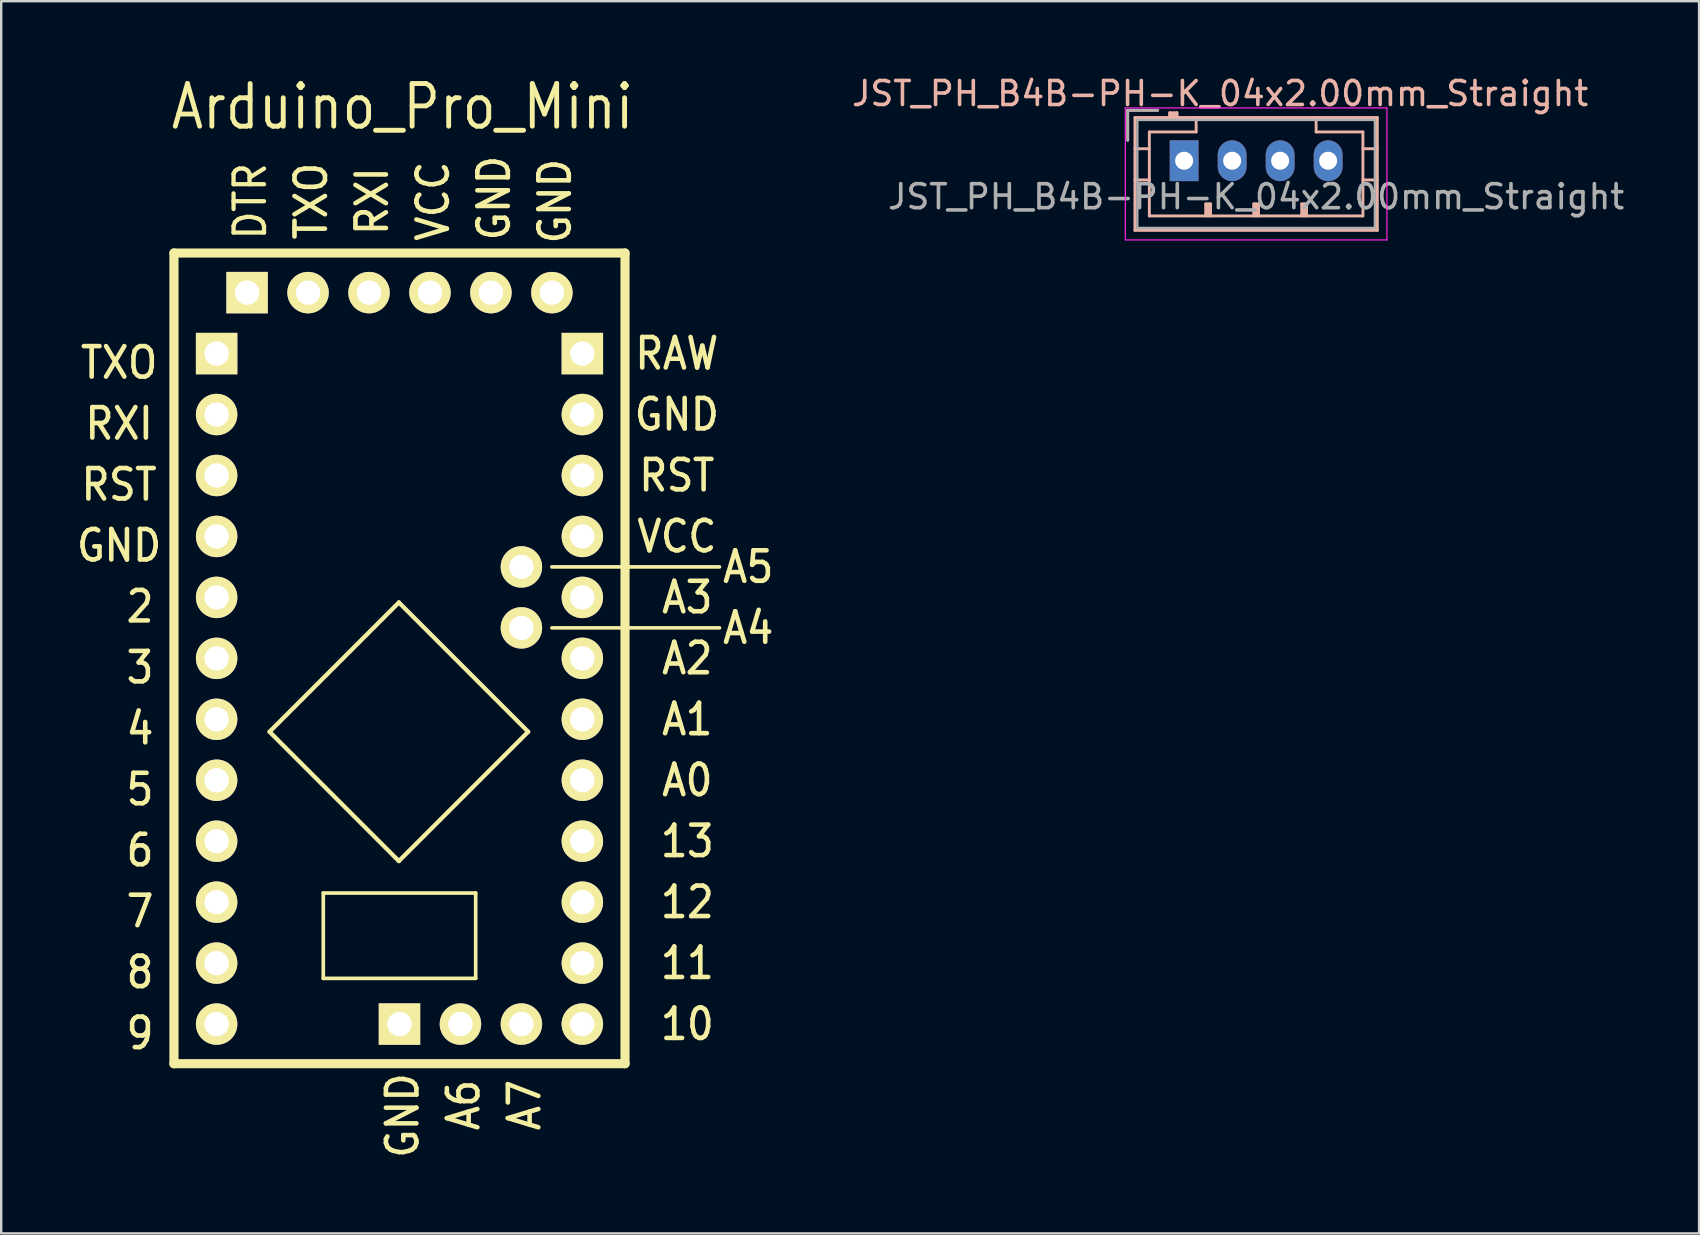
<source format=kicad_pcb>
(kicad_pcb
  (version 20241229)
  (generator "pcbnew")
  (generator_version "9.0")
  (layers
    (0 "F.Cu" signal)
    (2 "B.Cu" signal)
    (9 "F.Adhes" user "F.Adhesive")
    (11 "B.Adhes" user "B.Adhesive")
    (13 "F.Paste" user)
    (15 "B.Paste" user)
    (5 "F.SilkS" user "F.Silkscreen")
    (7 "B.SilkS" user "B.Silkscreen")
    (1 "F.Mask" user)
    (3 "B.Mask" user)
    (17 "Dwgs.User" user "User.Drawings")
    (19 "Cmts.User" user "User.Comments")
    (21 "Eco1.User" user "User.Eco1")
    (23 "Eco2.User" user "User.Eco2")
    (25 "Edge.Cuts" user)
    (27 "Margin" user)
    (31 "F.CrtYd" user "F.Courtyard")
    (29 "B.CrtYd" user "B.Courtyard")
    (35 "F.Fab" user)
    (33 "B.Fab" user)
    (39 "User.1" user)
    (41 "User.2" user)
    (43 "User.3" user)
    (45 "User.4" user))
  (footprint "Arduino_Pro_Mini"
    (layer "F.Cu")
    (at 13.597 24.384)
    (property "Reference" "Arduino_Pro_Mini" (at 0.127 -22.987 0) (layer "F.SilkS") (effects (font (size 1.778 1.524) (thickness 0.203))))
    (attr through_hole)
    (fp_line (start -9.398 -16.891) (end 9.398 -16.891) (stroke (width 0.381) (type solid)) (layer "F.SilkS"))
    (fp_line (start -9.398 16.891) (end -9.398 -16.891) (stroke (width 0.381) (type solid)) (layer "F.SilkS"))
    (fp_line (start -5.414 3.059) (end -0.026 -2.329) (stroke (width 0.178) (type solid)) (layer "F.SilkS"))
    (fp_line (start -5.414 3.059) (end -0.026 8.447) (stroke (width 0.178) (type solid)) (layer "F.SilkS"))
    (fp_line (start -3.175 9.779) (end -3.175 13.335) (stroke (width 0.152) (type solid)) (layer "F.SilkS"))
    (fp_line (start -3.175 13.335) (end 3.175 13.335) (stroke (width 0.152) (type solid)) (layer "F.SilkS"))
    (fp_line (start -0.026 -2.329) (end 5.362 3.059) (stroke (width 0.178) (type solid)) (layer "F.SilkS"))
    (fp_line (start -0.026 8.447) (end 5.362 3.059) (stroke (width 0.178) (type solid)) (layer "F.SilkS"))
    (fp_line (start 3.175 9.779) (end -3.175 9.779) (stroke (width 0.152) (type solid)) (layer "F.SilkS"))
    (fp_line (start 3.175 9.779) (end 3.175 13.335) (stroke (width 0.152) (type solid)) (layer "F.SilkS"))
    (fp_line (start 6.35 -3.81) (end 13.335 -3.81) (stroke (width 0.152) (type solid)) (layer "F.SilkS"))
    (fp_line (start 6.35 -1.27) (end 13.335 -1.27) (stroke (width 0.152) (type solid)) (layer "F.SilkS"))
    (fp_line (start 9.398 -16.891) (end 9.398 16.891) (stroke (width 0.381) (type solid)) (layer "F.SilkS"))
    (fp_line (start 9.398 16.891) (end -9.398 16.891) (stroke (width 0.381) (type solid)) (layer "F.SilkS"))
    (fp_text user "DTR" (at -6.223 -19.05 90) (layer "F.SilkS") (effects (font (size 1.27 1.143) (thickness 0.178))))
    (fp_text user " A4" (at 14.097 -1.27 0) (layer "F.SilkS") (effects (font (size 1.27 1.143) (thickness 0.191))))
    (fp_text user "  4" (at -11.684 2.921 0) (layer "F.SilkS") (effects (font (size 1.27 1.143) (thickness 0.191))))
    (fp_text user "GND" (at 3.937 -19.177 90) (layer "F.SilkS") (effects (font (size 1.27 1.143) (thickness 0.191))))
    (fp_text user " A3" (at 11.557 -2.54 0) (layer "F.SilkS") (effects (font (size 1.27 1.143) (thickness 0.191))))
    (fp_text user " 10" (at 11.557 15.24 0) (layer "F.SilkS") (effects (font (size 1.27 1.143) (thickness 0.191))))
    (fp_text user "RXI" (at -1.143 -19.05 90) (layer "F.SilkS") (effects (font (size 1.27 1.143) (thickness 0.191))))
    (fp_text user "  9" (at -11.684 15.621 0) (layer "F.SilkS") (effects (font (size 1.27 1.143) (thickness 0.191))))
    (fp_text user "  2" (at -11.684 -2.159 0) (layer "F.SilkS") (effects (font (size 1.27 1.143) (thickness 0.191))))
    (fp_text user " 12" (at 11.557 10.16 0) (layer "F.SilkS") (effects (font (size 1.27 1.143) (thickness 0.191))))
    (fp_text user "  8" (at -11.684 13.081 0) (layer "F.SilkS") (effects (font (size 1.27 1.143) (thickness 0.191))))
    (fp_text user " A2" (at 11.557 0 0) (layer "F.SilkS") (effects (font (size 1.27 1.143) (thickness 0.191))))
    (fp_text user " A0" (at 11.557 5.08 0) (layer "F.SilkS") (effects (font (size 1.27 1.143) (thickness 0.191))))
    (fp_text user " A1" (at 11.557 2.54 0) (layer "F.SilkS") (effects (font (size 1.27 1.143) (thickness 0.191))))
    (fp_text user " A5" (at 14.097 -3.81 0) (layer "F.SilkS") (effects (font (size 1.27 1.143) (thickness 0.191))))
    (fp_text user "RST" (at -11.684 -7.239 0) (layer "F.SilkS") (effects (font (size 1.27 1.143) (thickness 0.191))))
    (fp_text user " A6" (at 2.667 19.05 90) (layer "F.SilkS") (effects (font (size 1.27 1.143) (thickness 0.191))))
    (fp_text user "  6" (at -11.684 8.001 0) (layer "F.SilkS") (effects (font (size 1.27 1.143) (thickness 0.191))))
    (fp_text user "GND" (at 11.557 -10.16 0) (layer "F.SilkS") (effects (font (size 1.27 1.143) (thickness 0.191))))
    (fp_text user "TXO" (at -11.684 -12.319 0) (layer "F.SilkS") (effects (font (size 1.27 1.143) (thickness 0.191))))
    (fp_text user "VCC" (at 11.557 -5.08 0) (layer "F.SilkS") (effects (font (size 1.27 1.143) (thickness 0.191))))
    (fp_text user "RAW" (at 11.557 -12.7 0) (layer "F.SilkS") (effects (font (size 1.27 1.143) (thickness 0.191))))
    (fp_text user "  3" (at -11.684 0.381 0) (layer "F.SilkS") (effects (font (size 1.27 1.143) (thickness 0.191))))
    (fp_text user "RST" (at 11.557 -7.62 0) (layer "F.SilkS") (effects (font (size 1.27 1.143) (thickness 0.191))))
    (fp_text user "RXI" (at -11.684 -9.779 0) (layer "F.SilkS") (effects (font (size 1.27 1.143) (thickness 0.191))))
    (fp_text user "  7" (at -11.684 10.541 0) (layer "F.SilkS") (effects (font (size 1.27 1.143) (thickness 0.191))))
    (fp_text user "VCC" (at 1.397 -19.05 90) (layer "F.SilkS") (effects (font (size 1.27 1.143) (thickness 0.191))))
    (fp_text user " A7" (at 5.207 19.05 90) (layer "F.SilkS") (effects (font (size 1.27 1.143) (thickness 0.191))))
    (fp_text user "GND" (at 0.127 19.05 90) (layer "F.SilkS") (effects (font (size 1.27 1.143) (thickness 0.191))))
    (fp_text user "  5" (at -11.684 5.461 0) (layer "F.SilkS") (effects (font (size 1.27 1.143) (thickness 0.191))))
    (fp_text user "GND" (at 6.477 -19.05 90) (layer "F.SilkS") (effects (font (size 1.27 1.143) (thickness 0.191))))
    (fp_text user "TXO" (at -3.683 -19.05 90) (layer "F.SilkS") (effects (font (size 1.27 1.143) (thickness 0.191))))
    (fp_text user " 13" (at 11.557 7.62 0) (layer "F.SilkS") (effects (font (size 1.27 1.143) (thickness 0.191))))
    (fp_text user "GND" (at -11.684 -4.699 0) (layer "F.SilkS") (effects (font (size 1.27 1.143) (thickness 0.191))))
    (fp_text user " 11" (at 11.557 12.7 0) (layer "F.SilkS") (effects (font (size 1.27 1.143) (thickness 0.191))))
    (pad "1A" thru_hole rect (at 7.62 -12.7) (size 1.727 1.727) (drill 1.016) (layers "*.Cu" "*.Mask" "F.SilkS"))
    (pad "1B" thru_hole rect (at 0 15.24) (size 1.727 1.727) (drill 1.016) (layers "*.Cu" "*.Mask" "F.SilkS"))
    (pad "1C" thru_hole rect (at -6.35 -15.24) (size 1.727 1.727) (drill 1.016) (layers "*.Cu" "*.Mask" "F.SilkS"))
    (pad "1D" thru_hole rect (at -7.62 -12.7) (size 1.727 1.727) (drill 1.016) (layers "*.Cu" "*.Mask" "F.SilkS"))
    (pad "2A" thru_hole circle (at 7.62 -10.16) (size 1.727 1.727) (drill 1.016) (layers "*.Cu" "*.Mask" "F.SilkS"))
    (pad "2B" thru_hole circle (at 2.54 15.24) (size 1.727 1.727) (drill 1.016) (layers "*.Cu" "*.Mask" "F.SilkS"))
    (pad "2C" thru_hole circle (at -3.81 -15.24) (size 1.727 1.727) (drill 1.016) (layers "*.Cu" "*.Mask" "F.SilkS"))
    (pad "2D" thru_hole circle (at -7.62 -10.16) (size 1.727 1.727) (drill 1.016) (layers "*.Cu" "*.Mask" "F.SilkS"))
    (pad "3A" thru_hole circle (at 7.62 -7.62) (size 1.727 1.727) (drill 1.016) (layers "*.Cu" "*.Mask" "F.SilkS"))
    (pad "3B" thru_hole circle (at 5.08 15.24) (size 1.727 1.727) (drill 1.016) (layers "*.Cu" "*.Mask" "F.SilkS"))
    (pad "3C" thru_hole circle (at -1.27 -15.24) (size 1.727 1.727) (drill 1.016) (layers "*.Cu" "*.Mask" "F.SilkS"))
    (pad "3D" thru_hole circle (at -7.62 -7.62) (size 1.727 1.727) (drill 1.016) (layers "*.Cu" "*.Mask" "F.SilkS"))
    (pad "4A" thru_hole circle (at 7.62 -5.08) (size 1.727 1.727) (drill 1.016) (layers "*.Cu" "*.Mask" "F.SilkS"))
    (pad "4B" thru_hole circle (at 5.08 -1.27) (size 1.727 1.727) (drill 1.016) (layers "*.Cu" "*.Mask" "F.SilkS"))
    (pad "4C" thru_hole circle (at 1.27 -15.24) (size 1.727 1.727) (drill 1.016) (layers "*.Cu" "*.Mask" "F.SilkS"))
    (pad "4D" thru_hole circle (at -7.62 -5.08) (size 1.727 1.727) (drill 1.016) (layers "*.Cu" "*.Mask" "F.SilkS"))
    (pad "5A" thru_hole circle (at 7.62 -2.54) (size 1.727 1.727) (drill 1.016) (layers "*.Cu" "*.Mask" "F.SilkS"))
    (pad "5B" thru_hole circle (at 5.08 -3.81) (size 1.727 1.727) (drill 1.016) (layers "*.Cu" "*.Mask" "F.SilkS"))
    (pad "5C" thru_hole circle (at 3.81 -15.24) (size 1.727 1.727) (drill 1.016) (layers "*.Cu" "*.Mask" "F.SilkS"))
    (pad "5D" thru_hole circle (at -7.62 -2.54) (size 1.727 1.727) (drill 1.016) (layers "*.Cu" "*.Mask" "F.SilkS"))
    (pad "6A" thru_hole circle (at 7.62 0) (size 1.727 1.727) (drill 1.016) (layers "*.Cu" "*.Mask" "F.SilkS"))
    (pad "6C" thru_hole circle (at 6.35 -15.24) (size 1.727 1.727) (drill 1.016) (layers "*.Cu" "*.Mask" "F.SilkS"))
    (pad "6D" thru_hole circle (at -7.62 0) (size 1.727 1.727) (drill 1.016) (layers "*.Cu" "*.Mask" "F.SilkS"))
    (pad "7A" thru_hole circle (at 7.62 2.54) (size 1.727 1.727) (drill 1.016) (layers "*.Cu" "*.Mask" "F.SilkS"))
    (pad "7D" thru_hole circle (at -7.62 2.54) (size 1.727 1.727) (drill 1.016) (layers "*.Cu" "*.Mask" "F.SilkS"))
    (pad "8A" thru_hole circle (at 7.62 5.08) (size 1.727 1.727) (drill 1.016) (layers "*.Cu" "*.Mask" "F.SilkS"))
    (pad "8D" thru_hole circle (at -7.62 5.08) (size 1.727 1.727) (drill 1.016) (layers "*.Cu" "*.Mask" "F.SilkS"))
    (pad "9A" thru_hole circle (at 7.62 7.62) (size 1.727 1.727) (drill 1.016) (layers "*.Cu" "*.Mask" "F.SilkS"))
    (pad "9D" thru_hole circle (at -7.62 7.62) (size 1.727 1.727) (drill 1.016) (layers "*.Cu" "*.Mask" "F.SilkS"))
    (pad "10A" thru_hole circle (at 7.62 10.16) (size 1.727 1.727) (drill 1.016) (layers "*.Cu" "*.Mask" "F.SilkS"))
    (pad "10D" thru_hole circle (at -7.62 10.16) (size 1.727 1.727) (drill 1.016) (layers "*.Cu" "*.Mask" "F.SilkS"))
    (pad "11A" thru_hole circle (at 7.62 12.7) (size 1.727 1.727) (drill 1.016) (layers "*.Cu" "*.Mask" "F.SilkS"))
    (pad "11D" thru_hole circle (at -7.62 12.7) (size 1.727 1.727) (drill 1.016) (layers "*.Cu" "*.Mask" "F.SilkS"))
    (pad "12A" thru_hole circle (at 7.62 15.24) (size 1.727 1.727) (drill 1.016) (layers "*.Cu" "*.Mask" "F.SilkS"))
    (pad "12D" thru_hole circle (at -7.62 15.24) (size 1.727 1.727) (drill 1.016) (layers "*.Cu" "*.Mask" "F.SilkS")))
  (footprint "JST_PH_B4B-PH-K_04x2.00mm_Straight"
    (layer "F.Cu")
    (at 46.294 3.648)
    (property "Reference" "JST_PH_B4B-PH-K_04x2.00mm_Straight" (at 1.5 -2.8 0) (layer "B.SilkS") (effects (font (size 1 1) (thickness 0.15))))
    (attr through_hole)
    (fp_line (start -2.35 -2.1) (end -2.35 -0.85) (stroke (width 0.12) (type solid)) (layer "B.SilkS"))
    (fp_line (start -2.05 -1.8) (end -2.05 2.9) (stroke (width 0.12) (type solid)) (layer "B.SilkS"))
    (fp_line (start -2.05 -0.5) (end -1.45 -0.5) (stroke (width 0.12) (type solid)) (layer "B.SilkS"))
    (fp_line (start -2.05 0.8) (end -1.45 0.8) (stroke (width 0.12) (type solid)) (layer "B.SilkS"))
    (fp_line (start -2.05 2.9) (end 8.05 2.9) (stroke (width 0.12) (type solid)) (layer "B.SilkS"))
    (fp_line (start -1.45 -1.2) (end -1.45 2.3) (stroke (width 0.12) (type solid)) (layer "B.SilkS"))
    (fp_line (start -1.45 2.3) (end 7.45 2.3) (stroke (width 0.12) (type solid)) (layer "B.SilkS"))
    (fp_line (start -1.1 -2.1) (end -2.35 -2.1) (stroke (width 0.12) (type solid)) (layer "B.SilkS"))
    (fp_line (start -0.6 -2) (end -0.6 -1.8) (stroke (width 0.12) (type solid)) (layer "B.SilkS"))
    (fp_line (start -0.3 -2) (end -0.6 -2) (stroke (width 0.12) (type solid)) (layer "B.SilkS"))
    (fp_line (start -0.3 -1.9) (end -0.6 -1.9) (stroke (width 0.12) (type solid)) (layer "B.SilkS"))
    (fp_line (start -0.3 -1.8) (end -0.3 -2) (stroke (width 0.12) (type solid)) (layer "B.SilkS"))
    (fp_line (start 0.5 -1.8) (end 0.5 -1.2) (stroke (width 0.12) (type solid)) (layer "B.SilkS"))
    (fp_line (start 0.5 -1.2) (end -1.45 -1.2) (stroke (width 0.12) (type solid)) (layer "B.SilkS"))
    (fp_line (start 0.9 1.8) (end 1.1 1.8) (stroke (width 0.12) (type solid)) (layer "B.SilkS"))
    (fp_line (start 0.9 2.3) (end 0.9 1.8) (stroke (width 0.12) (type solid)) (layer "B.SilkS"))
    (fp_line (start 1 2.3) (end 1 1.8) (stroke (width 0.12) (type solid)) (layer "B.SilkS"))
    (fp_line (start 1.1 1.8) (end 1.1 2.3) (stroke (width 0.12) (type solid)) (layer "B.SilkS"))
    (fp_line (start 2.9 1.8) (end 3.1 1.8) (stroke (width 0.12) (type solid)) (layer "B.SilkS"))
    (fp_line (start 2.9 2.3) (end 2.9 1.8) (stroke (width 0.12) (type solid)) (layer "B.SilkS"))
    (fp_line (start 3 2.3) (end 3 1.8) (stroke (width 0.12) (type solid)) (layer "B.SilkS"))
    (fp_line (start 3.1 1.8) (end 3.1 2.3) (stroke (width 0.12) (type solid)) (layer "B.SilkS"))
    (fp_line (start 4.9 1.8) (end 5.1 1.8) (stroke (width 0.12) (type solid)) (layer "B.SilkS"))
    (fp_line (start 4.9 2.3) (end 4.9 1.8) (stroke (width 0.12) (type solid)) (layer "B.SilkS"))
    (fp_line (start 5 2.3) (end 5 1.8) (stroke (width 0.12) (type solid)) (layer "B.SilkS"))
    (fp_line (start 5.1 1.8) (end 5.1 2.3) (stroke (width 0.12) (type solid)) (layer "B.SilkS"))
    (fp_line (start 5.5 -1.2) (end 5.5 -1.8) (stroke (width 0.12) (type solid)) (layer "B.SilkS"))
    (fp_line (start 7.45 -1.2) (end 5.5 -1.2) (stroke (width 0.12) (type solid)) (layer "B.SilkS"))
    (fp_line (start 7.45 2.3) (end 7.45 -1.2) (stroke (width 0.12) (type solid)) (layer "B.SilkS"))
    (fp_line (start 8.05 -1.8) (end -2.05 -1.8) (stroke (width 0.12) (type solid)) (layer "B.SilkS"))
    (fp_line (start 8.05 -0.5) (end 7.45 -0.5) (stroke (width 0.12) (type solid)) (layer "B.SilkS"))
    (fp_line (start 8.05 0.8) (end 7.45 0.8) (stroke (width 0.12) (type solid)) (layer "B.SilkS"))
    (fp_line (start 8.05 2.9) (end 8.05 -1.8) (stroke (width 0.12) (type solid)) (layer "B.SilkS"))
    (fp_line (start -2.45 -2.2) (end -2.45 3.3) (stroke (width 0.05) (type solid)) (layer "F.CrtYd"))
    (fp_line (start -2.45 3.3) (end 8.45 3.3) (stroke (width 0.05) (type solid)) (layer "F.CrtYd"))
    (fp_line (start 8.45 -2.2) (end -2.45 -2.2) (stroke (width 0.05) (type solid)) (layer "F.CrtYd"))
    (fp_line (start 8.45 3.3) (end 8.45 -2.2) (stroke (width 0.05) (type solid)) (layer "F.CrtYd"))
    (fp_line (start -2.35 -2.1) (end -2.35 -0.85) (stroke (width 0.1) (type solid)) (layer "F.Fab"))
    (fp_line (start -1.95 -1.7) (end -1.95 2.8) (stroke (width 0.1) (type solid)) (layer "F.Fab"))
    (fp_line (start -1.95 2.8) (end 7.95 2.8) (stroke (width 0.1) (type solid)) (layer "F.Fab"))
    (fp_line (start -1.1 -2.1) (end -2.35 -2.1) (stroke (width 0.1) (type solid)) (layer "F.Fab"))
    (fp_line (start 7.95 -1.7) (end -1.95 -1.7) (stroke (width 0.1) (type solid)) (layer "F.Fab"))
    (fp_line (start 7.95 2.8) (end 7.95 -1.7) (stroke (width 0.1) (type solid)) (layer "F.Fab"))
    (fp_text user "${REFERENCE}" (at 3 1.5 0) (layer "F.Fab") (effects (font (size 1 1) (thickness 0.15))))
    (pad "1" thru_hole rect (at 0 0) (size 1.2 1.7) (drill 0.75) (layers "*.Cu" "*.Mask"))
    (pad "2" thru_hole oval (at 2 0) (size 1.2 1.7) (drill 0.75) (layers "*.Cu" "*.Mask"))
    (pad "3" thru_hole oval (at 4 0) (size 1.2 1.7) (drill 0.75) (layers "*.Cu" "*.Mask"))
    (pad "4" thru_hole oval (at 6 0) (size 1.2 1.7) (drill 0.75) (layers "*.Cu" "*.Mask")))
  (gr_rect
    (start -3 -3)
    (end 67.752 48.347)
    (stroke (width 0.1) (type default))
    (fill no)
    (layer "Edge.Cuts")))
</source>
